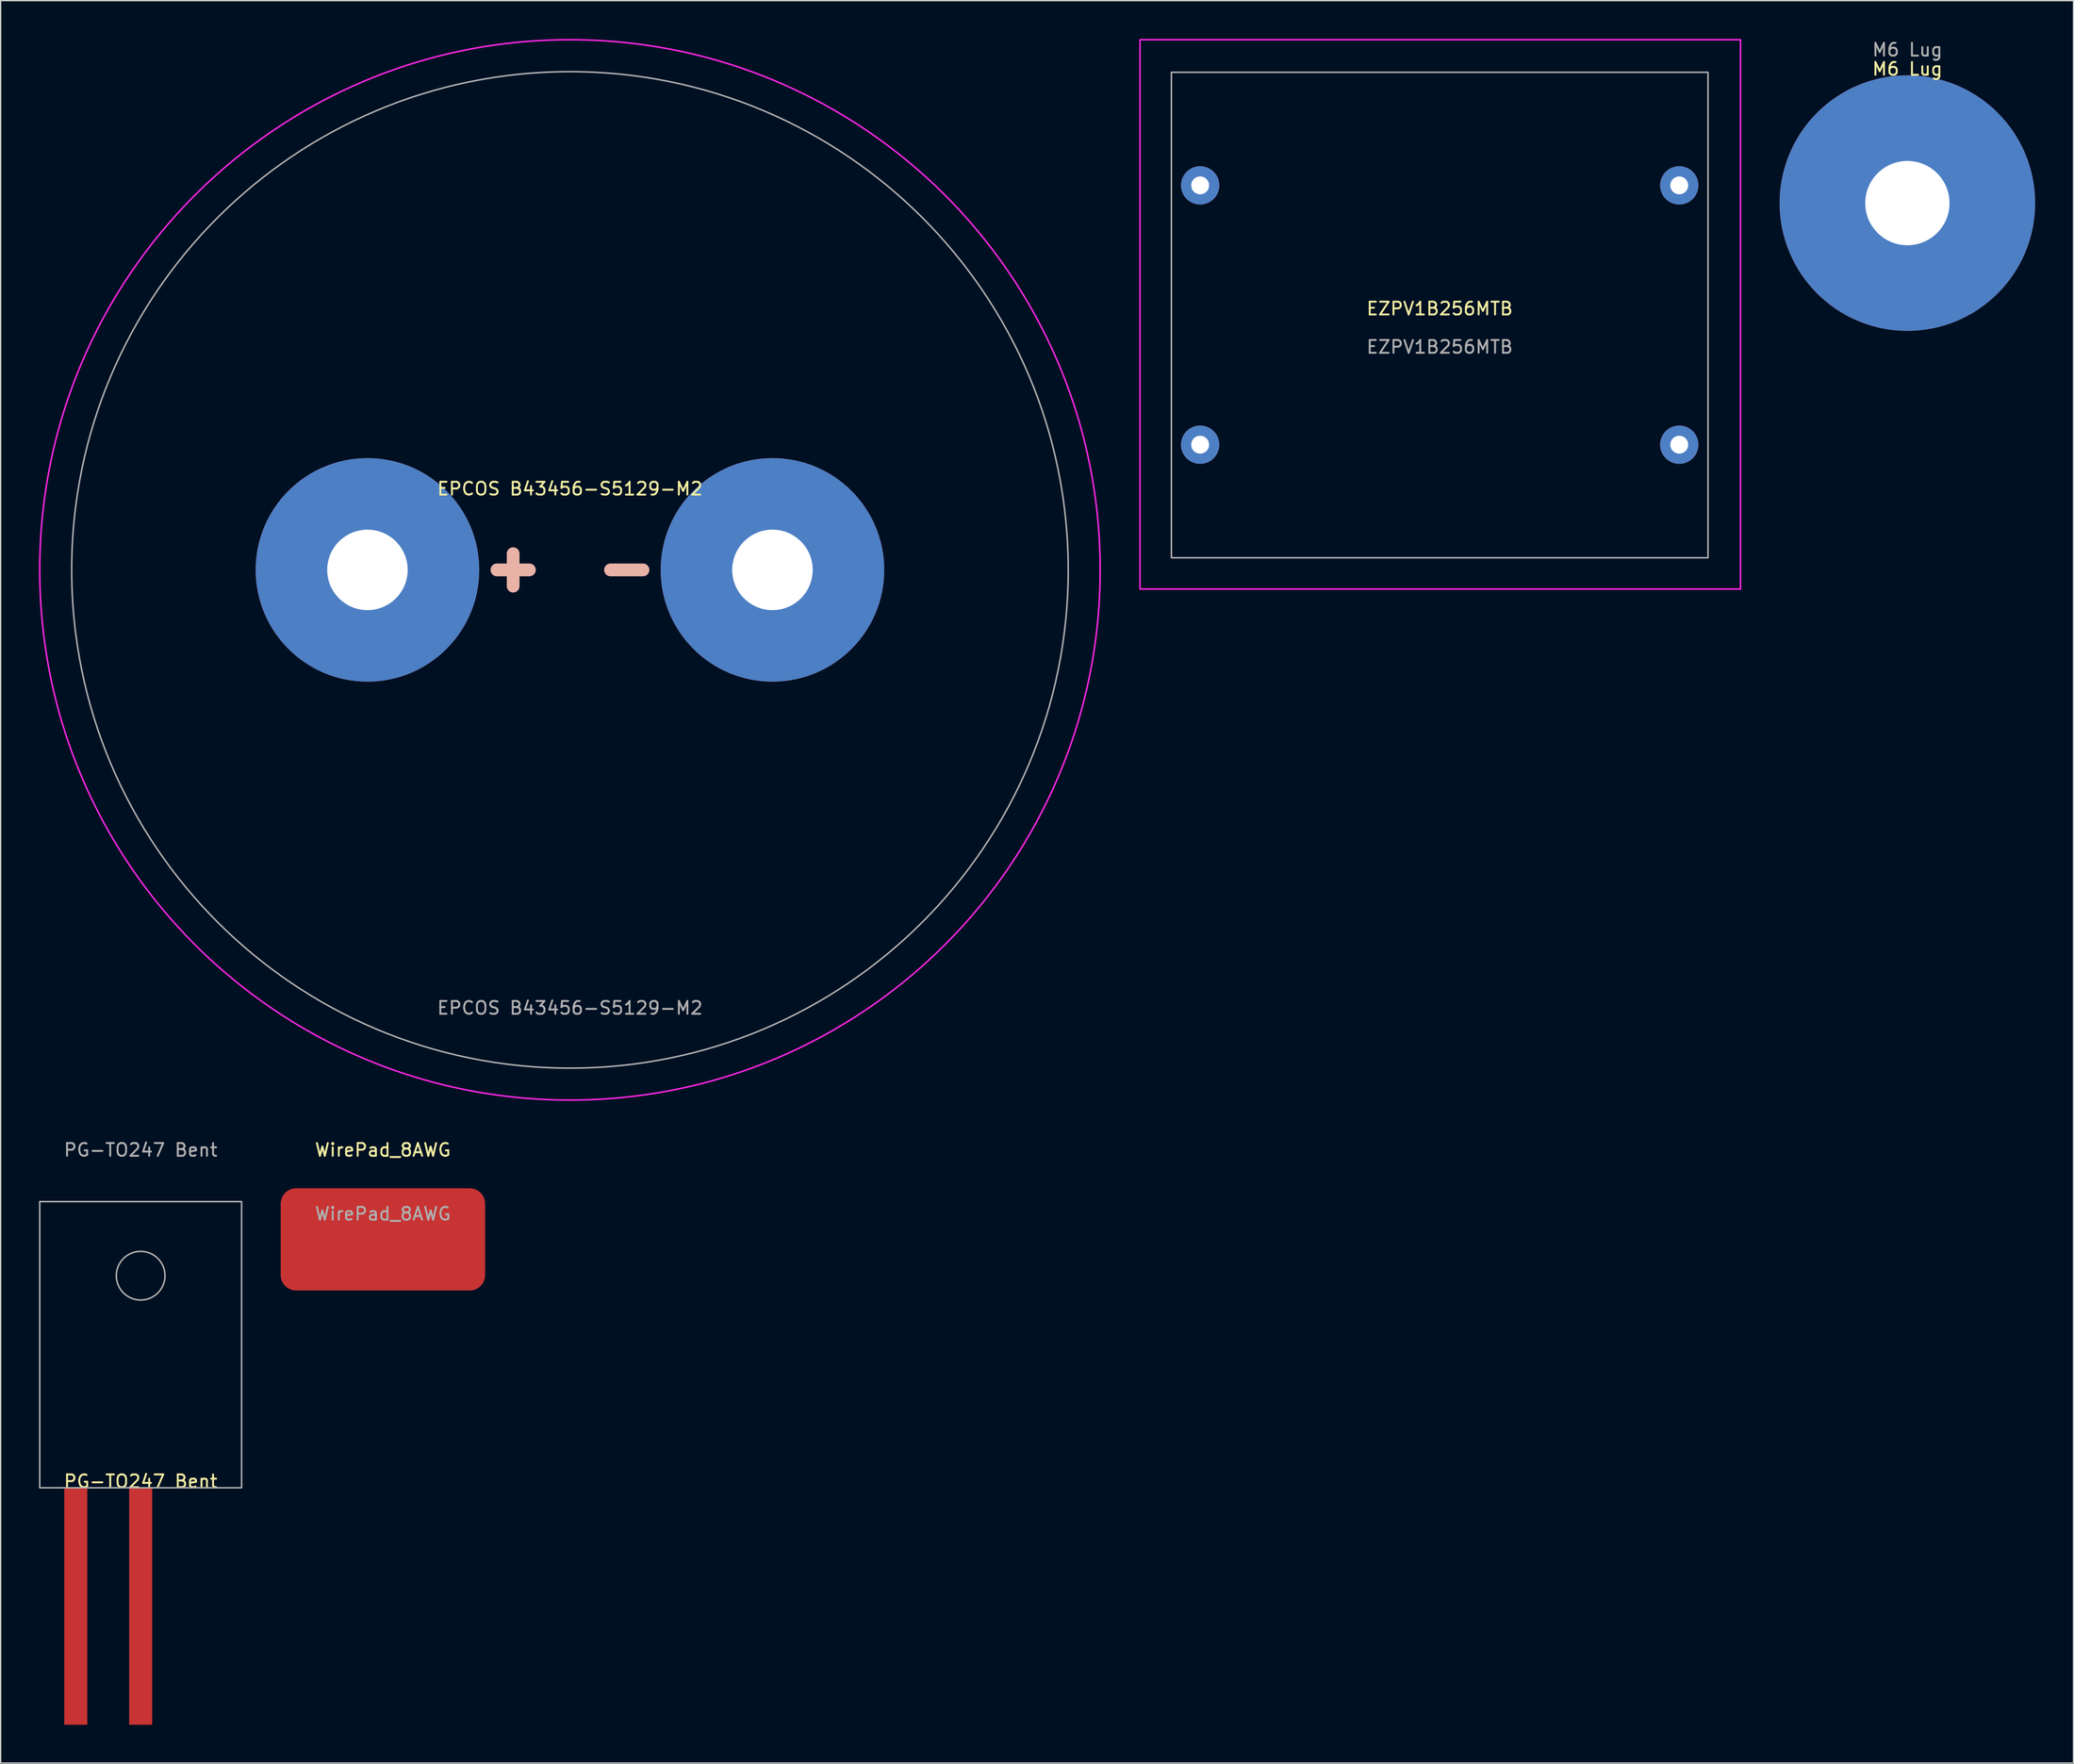
<source format=kicad_pcb>
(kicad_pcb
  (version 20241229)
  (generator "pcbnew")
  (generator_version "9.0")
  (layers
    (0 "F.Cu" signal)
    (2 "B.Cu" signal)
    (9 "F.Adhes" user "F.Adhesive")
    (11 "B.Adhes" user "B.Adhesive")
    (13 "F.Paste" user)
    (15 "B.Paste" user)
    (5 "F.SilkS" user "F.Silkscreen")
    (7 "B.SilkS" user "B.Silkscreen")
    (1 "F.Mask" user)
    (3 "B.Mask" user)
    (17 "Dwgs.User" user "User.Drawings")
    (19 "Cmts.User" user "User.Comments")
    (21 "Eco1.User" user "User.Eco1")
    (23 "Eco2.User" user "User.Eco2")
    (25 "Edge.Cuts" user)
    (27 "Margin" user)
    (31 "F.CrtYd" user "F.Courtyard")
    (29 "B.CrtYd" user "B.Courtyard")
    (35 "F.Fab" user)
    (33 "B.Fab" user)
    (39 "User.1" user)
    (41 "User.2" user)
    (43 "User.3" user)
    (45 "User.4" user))
  (footprint "M6 Lug"
    (layer "F.Cu")
    (at 146.24 12.848)
    (property "Reference" "M6 Lug" (at 0 -10.5 0) (unlocked yes) (layer "F.SilkS") (effects (font (size 1 1) (thickness 0.15))))
    (attr smd)
    (fp_text user "${REFERENCE}" (at 0 -12 0) (unlocked yes) (layer "F.Fab") (effects (font (size 1 1) (thickness 0.15))))
    (pad "1" thru_hole circle (at 0 0) (size 20 20) (drill 6.6) (layers "*.Cu" "*.Mask")))
  (footprint "EPCOS B43456-S5129-M2"
    (layer "F.Cu")
    (at 41.56 41.56)
    (property "Reference" "EPCOS B43456-S5129-M2" (at 0 -6.35 0) (unlocked yes) (layer "F.SilkS") (effects (font (size 1 1) (thickness 0.15))))
    (attr smd)
    (fp_line (start -5.715 0) (end -3.175 0) (stroke (width 1) (type solid)) (layer "B.SilkS"))
    (fp_line (start -4.445 1.27) (end -4.445 -1.27) (stroke (width 1) (type solid)) (layer "B.SilkS"))
    (fp_line (start 3.175 0) (end 5.715 0) (stroke (width 1) (type solid)) (layer "B.SilkS"))
    (fp_circle (center 0 0) (end 41.5 0) (stroke (width 0.12) (type solid)) (fill no) (layer "F.CrtYd"))
    (fp_circle (center 0 0) (end 39 0) (stroke (width 0.12) (type solid)) (fill no) (layer "F.Fab"))
    (fp_text user "${REFERENCE}" (at 0 34.29 0) (unlocked yes) (layer "F.Fab") (effects (font (size 1 1) (thickness 0.15))))
    (pad "1" thru_hole circle (at -15.85 0) (size 17.5 17.5) (drill 6.3) (layers "*.Cu" "*.Mask"))
    (pad "2" thru_hole circle (at 15.85 0) (size 17.5 17.5) (drill 6.3) (layers "*.Cu" "*.Mask")))
  (footprint "EZPV1B256MTB"
    (layer "F.Cu")
    (at 109.635 21.61)
    (property "Reference" "EZPV1B256MTB" (at 0 -0.5 0) (unlocked yes) (layer "F.SilkS") (effects (font (size 1 1) (thickness 0.15))))
    (attr smd)
    (fp_rect (start -23.455 -21.55) (end 23.545 21.45) (stroke (width 0.12) (type solid)) (fill no) (layer "F.CrtYd"))
    (fp_rect (start -21 -19) (end 21 19) (stroke (width 0.12) (type solid)) (fill no) (layer "F.Fab"))
    (fp_text user "${REFERENCE}" (at 0 2.5 0) (unlocked yes) (layer "F.Fab") (effects (font (size 1 1) (thickness 0.15))))
    (pad "1" thru_hole circle (at -18.75 -10.15 180) (size 3 3) (drill 1.4) (layers "*.Cu" "*.Mask"))
    (pad "1" thru_hole circle (at -18.75 10.15) (size 3 3) (drill 1.4) (layers "*.Cu" "*.Mask"))
    (pad "2" thru_hole circle (at 18.75 -10.15 180) (size 3 3) (drill 1.4) (layers "*.Cu" "*.Mask"))
    (pad "2" thru_hole circle (at 18.75 10.15) (size 3 3) (drill 1.4) (layers "*.Cu" "*.Mask")))
  (footprint "PG-TO247 Bent"
    (layer "F.Cu")
    (at 7.96 113.408)
    (property "Reference" "PG-TO247 Bent" (at 0 -0.5 0) (unlocked yes) (layer "F.SilkS") (effects (font (size 1 1) (thickness 0.15))))
    (attr smd)
    (fp_rect (start -7.9 -22.4) (end 7.9 0) (stroke (width 0.12) (type solid)) (fill no) (layer "F.Fab"))
    (fp_circle (center 0 -16.6) (end 1.905 -16.6) (stroke (width 0.12) (type solid)) (fill no) (layer "F.Fab"))
    (fp_text user "${REFERENCE}" (at 0 -26.44 0) (unlocked yes) (layer "F.Fab") (effects (font (size 1 1) (thickness 0.15))))
    (pad "2" smd rect (at -5.08 9.275) (size 1.8 18.55) (layers "F.Cu" "F.Mask" "F.Paste"))
    (pad "3" smd rect (at 0 9.275) (size 1.8 18.55) (layers "F.Cu" "F.Mask" "F.Paste")))
  (footprint "WirePad_8AWG"
    (layer "F.Cu")
    (at 26.92 93.968)
    (property "Reference" "WirePad_8AWG" (at 0 -7 0) (unlocked yes) (layer "F.SilkS") (effects (font (size 1 1) (thickness 0.15))))
    (attr smd)
    (fp_text user "${REFERENCE}" (at 0 -2 0) (unlocked yes) (layer "F.Fab") (effects (font (size 1 1) (thickness 0.15))))
    (pad "1" smd roundrect (at 0 0) (size 16 8) (layers "F.Cu" "F.Mask" "F.Paste") (roundrect_rratio 0.15)))
  (gr_rect
    (start -3 -3)
    (end 159.24 134.958)
    (stroke (width 0.1) (type default))
    (fill no)
    (layer "Edge.Cuts")))
</source>
